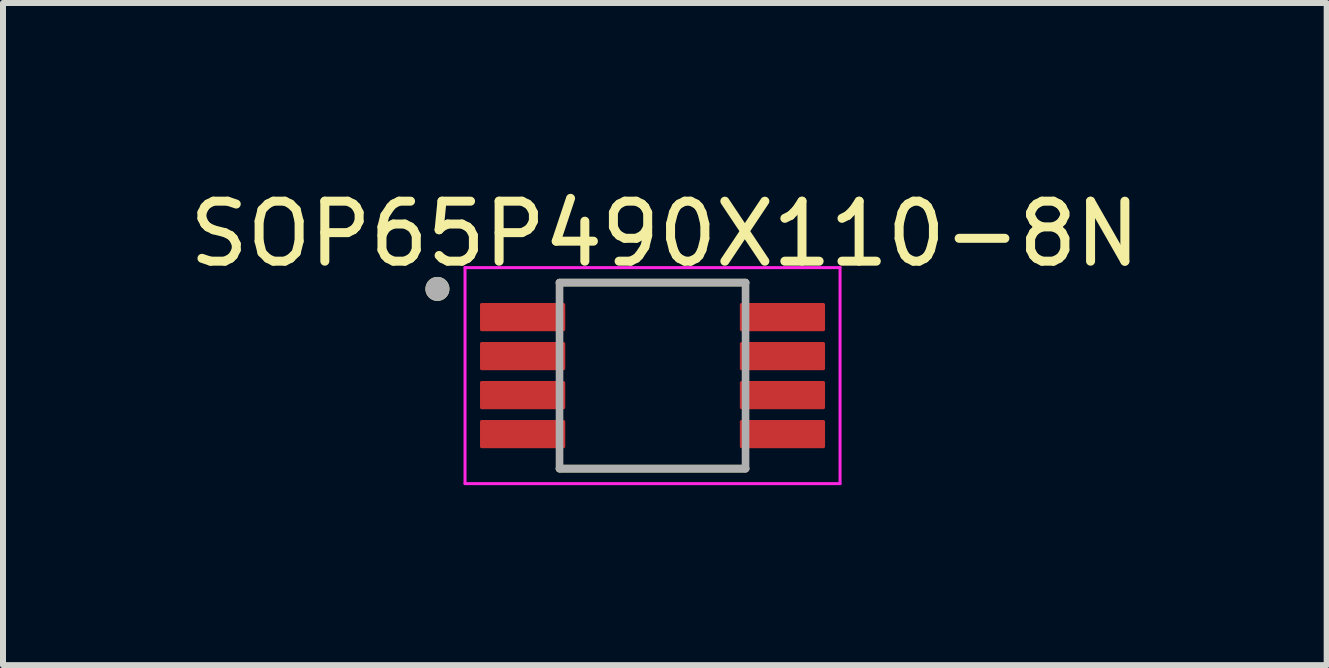
<source format=kicad_pcb>
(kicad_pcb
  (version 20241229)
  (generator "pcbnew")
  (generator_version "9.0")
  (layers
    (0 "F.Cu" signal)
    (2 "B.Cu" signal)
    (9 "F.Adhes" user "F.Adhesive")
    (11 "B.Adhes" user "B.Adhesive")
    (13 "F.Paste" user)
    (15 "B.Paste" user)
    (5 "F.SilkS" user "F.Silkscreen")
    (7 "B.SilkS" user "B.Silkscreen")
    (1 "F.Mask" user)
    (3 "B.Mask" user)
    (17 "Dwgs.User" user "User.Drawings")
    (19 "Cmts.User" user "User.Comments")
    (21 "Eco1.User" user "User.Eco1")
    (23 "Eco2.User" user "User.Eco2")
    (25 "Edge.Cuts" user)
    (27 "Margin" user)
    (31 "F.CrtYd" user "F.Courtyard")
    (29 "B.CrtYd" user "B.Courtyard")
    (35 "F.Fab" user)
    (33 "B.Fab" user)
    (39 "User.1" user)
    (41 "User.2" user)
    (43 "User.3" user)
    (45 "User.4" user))
  (footprint "SOP65P490X110-8N"
    (layer "F.Cu")
    (at 7.825 3.21)
    (property "Reference" "SOP65P490X110-8N" (at 0.205 -2.362 0) (layer "F.SilkS") (effects (font (size 1 1) (thickness 0.15))))
    (attr smd)
    (fp_line (start -1.55 -1.55) (end 1.55 -1.55) (stroke (width 0.127) (type solid)) (layer "F.SilkS"))
    (fp_line (start -1.55 1.55) (end 1.55 1.55) (stroke (width 0.127) (type solid)) (layer "F.SilkS"))
    (fp_circle (center -3.585 -1.445) (end -3.485 -1.445) (stroke (width 0.2) (type solid)) (fill no) (layer "F.SilkS"))
    (fp_line (start -3.125 -1.8) (end -3.125 1.8) (stroke (width 0.05) (type solid)) (layer "F.CrtYd"))
    (fp_line (start -3.125 -1.8) (end 3.125 -1.8) (stroke (width 0.05) (type solid)) (layer "F.CrtYd"))
    (fp_line (start -3.125 1.8) (end 3.125 1.8) (stroke (width 0.05) (type solid)) (layer "F.CrtYd"))
    (fp_line (start 3.125 -1.8) (end 3.125 1.8) (stroke (width 0.05) (type solid)) (layer "F.CrtYd"))
    (fp_line (start -1.55 -1.55) (end -1.55 1.55) (stroke (width 0.127) (type solid)) (layer "F.Fab"))
    (fp_line (start -1.55 -1.55) (end 1.55 -1.55) (stroke (width 0.127) (type solid)) (layer "F.Fab"))
    (fp_line (start -1.55 1.55) (end 1.55 1.55) (stroke (width 0.127) (type solid)) (layer "F.Fab"))
    (fp_line (start 1.55 -1.55) (end 1.55 1.55) (stroke (width 0.127) (type solid)) (layer "F.Fab"))
    (fp_circle (center -3.585 -1.445) (end -3.485 -1.445) (stroke (width 0.2) (type solid)) (fill no) (layer "F.Fab"))
    (pad "1" smd roundrect (at -2.165 -0.975) (size 1.42 0.47) (layers "F.Cu" "F.Mask" "F.Paste") (roundrect_rratio 0.06))
    (pad "2" smd roundrect (at -2.165 -0.325) (size 1.42 0.47) (layers "F.Cu" "F.Mask" "F.Paste") (roundrect_rratio 0.06))
    (pad "3" smd roundrect (at -2.165 0.325) (size 1.42 0.47) (layers "F.Cu" "F.Mask" "F.Paste") (roundrect_rratio 0.06))
    (pad "4" smd roundrect (at -2.165 0.975) (size 1.42 0.47) (layers "F.Cu" "F.Mask" "F.Paste") (roundrect_rratio 0.06))
    (pad "5" smd roundrect (at 2.165 0.975) (size 1.42 0.47) (layers "F.Cu" "F.Mask" "F.Paste") (roundrect_rratio 0.06))
    (pad "6" smd roundrect (at 2.165 0.325) (size 1.42 0.47) (layers "F.Cu" "F.Mask" "F.Paste") (roundrect_rratio 0.06))
    (pad "7" smd roundrect (at 2.165 -0.325) (size 1.42 0.47) (layers "F.Cu" "F.Mask" "F.Paste") (roundrect_rratio 0.06))
    (pad "8" smd roundrect (at 2.165 -0.975) (size 1.42 0.47) (layers "F.Cu" "F.Mask" "F.Paste") (roundrect_rratio 0.06)))
  (gr_rect
    (start -3 -3)
    (end 19.06 8.035)
    (stroke (width 0.1) (type default))
    (fill no)
    (layer "Edge.Cuts")))
</source>
